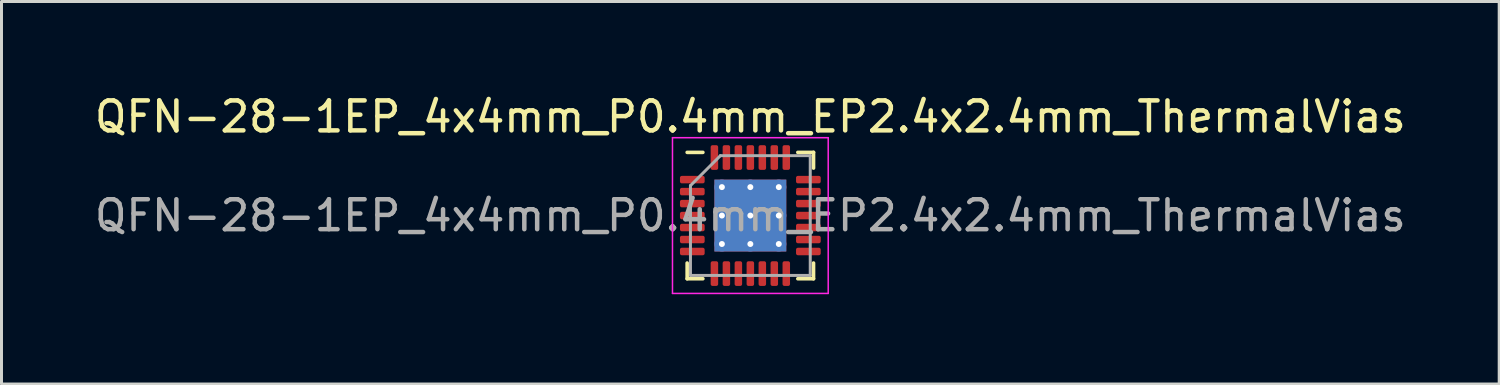
<source format=kicad_pcb>
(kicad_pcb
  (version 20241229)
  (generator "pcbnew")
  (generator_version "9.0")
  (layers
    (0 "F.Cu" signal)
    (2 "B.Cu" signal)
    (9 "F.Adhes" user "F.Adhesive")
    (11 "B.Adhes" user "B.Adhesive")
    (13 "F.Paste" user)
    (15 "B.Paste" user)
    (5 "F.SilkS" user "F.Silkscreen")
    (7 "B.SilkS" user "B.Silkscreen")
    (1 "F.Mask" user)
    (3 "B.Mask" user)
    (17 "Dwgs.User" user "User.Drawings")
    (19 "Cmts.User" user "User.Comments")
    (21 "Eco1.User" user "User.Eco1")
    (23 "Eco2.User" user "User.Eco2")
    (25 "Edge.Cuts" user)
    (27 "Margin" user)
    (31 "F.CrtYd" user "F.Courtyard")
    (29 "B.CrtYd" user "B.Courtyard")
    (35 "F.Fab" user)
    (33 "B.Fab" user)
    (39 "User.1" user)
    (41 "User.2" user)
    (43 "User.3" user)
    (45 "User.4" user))
  (footprint "QFN-28-1EP_4x4mm_P0.4mm_EP2.4x2.4mm_ThermalVias"
    (layer "F.Cu")
    (at 22.006 4.148)
    (property "Reference" "QFN-28-1EP_4x4mm_P0.4mm_EP2.4x2.4mm_ThermalVias" (at 0 -3.3 0) (layer "F.SilkS") (effects (font (size 1 1) (thickness 0.15))))
    (attr smd)
    (fp_line (start -2.11 2.11) (end -2.11 1.585) (stroke (width 0.12) (type solid)) (layer "F.SilkS"))
    (fp_line (start -1.585 -2.11) (end -2.11 -2.11) (stroke (width 0.12) (type solid)) (layer "F.SilkS"))
    (fp_line (start -1.585 2.11) (end -2.11 2.11) (stroke (width 0.12) (type solid)) (layer "F.SilkS"))
    (fp_line (start 1.585 -2.11) (end 2.11 -2.11) (stroke (width 0.12) (type solid)) (layer "F.SilkS"))
    (fp_line (start 1.585 2.11) (end 2.11 2.11) (stroke (width 0.12) (type solid)) (layer "F.SilkS"))
    (fp_line (start 2.11 -2.11) (end 2.11 -1.585) (stroke (width 0.12) (type solid)) (layer "F.SilkS"))
    (fp_line (start 2.11 2.11) (end 2.11 1.585) (stroke (width 0.12) (type solid)) (layer "F.SilkS"))
    (fp_line (start -2.6 -2.6) (end -2.6 2.6) (stroke (width 0.05) (type solid)) (layer "F.CrtYd"))
    (fp_line (start -2.6 2.6) (end 2.6 2.6) (stroke (width 0.05) (type solid)) (layer "F.CrtYd"))
    (fp_line (start 2.6 -2.6) (end -2.6 -2.6) (stroke (width 0.05) (type solid)) (layer "F.CrtYd"))
    (fp_line (start 2.6 2.6) (end 2.6 -2.6) (stroke (width 0.05) (type solid)) (layer "F.CrtYd"))
    (fp_line (start -2 -1) (end -1 -2) (stroke (width 0.1) (type solid)) (layer "F.Fab"))
    (fp_line (start -2 2) (end -2 -1) (stroke (width 0.1) (type solid)) (layer "F.Fab"))
    (fp_line (start -1 -2) (end 2 -2) (stroke (width 0.1) (type solid)) (layer "F.Fab"))
    (fp_line (start 2 -2) (end 2 2) (stroke (width 0.1) (type solid)) (layer "F.Fab"))
    (fp_line (start 2 2) (end -2 2) (stroke (width 0.1) (type solid)) (layer "F.Fab"))
    (fp_text user "${REFERENCE}" (at 0 0 0) (layer "F.Fab") (effects (font (size 1 1) (thickness 0.15))))
    (pad "" smd roundrect (at -0.6 -0.6) (size 1.04 1.04) (layers "F.Paste") (roundrect_rratio 0.24))
    (pad "" smd roundrect (at -0.6 0.6) (size 1.04 1.04) (layers "F.Paste") (roundrect_rratio 0.24))
    (pad "" smd roundrect (at 0.6 -0.6) (size 1.04 1.04) (layers "F.Paste") (roundrect_rratio 0.24))
    (pad "" smd roundrect (at 0.6 0.6) (size 1.04 1.04) (layers "F.Paste") (roundrect_rratio 0.24))
    (pad "1" smd roundrect (at -1.938 -1.2) (size 0.825 0.25) (layers "F.Cu" "F.Mask" "F.Paste") (roundrect_rratio 0.25))
    (pad "2" smd roundrect (at -1.938 -0.8) (size 0.825 0.25) (layers "F.Cu" "F.Mask" "F.Paste") (roundrect_rratio 0.25))
    (pad "3" smd roundrect (at -1.938 -0.4) (size 0.825 0.25) (layers "F.Cu" "F.Mask" "F.Paste") (roundrect_rratio 0.25))
    (pad "4" smd roundrect (at -1.938 0) (size 0.825 0.25) (layers "F.Cu" "F.Mask" "F.Paste") (roundrect_rratio 0.25))
    (pad "5" smd roundrect (at -1.938 0.4) (size 0.825 0.25) (layers "F.Cu" "F.Mask" "F.Paste") (roundrect_rratio 0.25))
    (pad "6" smd roundrect (at -1.938 0.8) (size 0.825 0.25) (layers "F.Cu" "F.Mask" "F.Paste") (roundrect_rratio 0.25))
    (pad "7" smd roundrect (at -1.938 1.2) (size 0.825 0.25) (layers "F.Cu" "F.Mask" "F.Paste") (roundrect_rratio 0.25))
    (pad "8" smd roundrect (at -1.2 1.938) (size 0.25 0.825) (layers "F.Cu" "F.Mask" "F.Paste") (roundrect_rratio 0.25))
    (pad "9" smd roundrect (at -0.8 1.938) (size 0.25 0.825) (layers "F.Cu" "F.Mask" "F.Paste") (roundrect_rratio 0.25))
    (pad "10" smd roundrect (at -0.4 1.938) (size 0.25 0.825) (layers "F.Cu" "F.Mask" "F.Paste") (roundrect_rratio 0.25))
    (pad "11" smd roundrect (at 0 1.938) (size 0.25 0.825) (layers "F.Cu" "F.Mask" "F.Paste") (roundrect_rratio 0.25))
    (pad "12" smd roundrect (at 0.4 1.938) (size 0.25 0.825) (layers "F.Cu" "F.Mask" "F.Paste") (roundrect_rratio 0.25))
    (pad "13" smd roundrect (at 0.8 1.938) (size 0.25 0.825) (layers "F.Cu" "F.Mask" "F.Paste") (roundrect_rratio 0.25))
    (pad "14" smd roundrect (at 1.2 1.938) (size 0.25 0.825) (layers "F.Cu" "F.Mask" "F.Paste") (roundrect_rratio 0.25))
    (pad "15" smd roundrect (at 1.938 1.2) (size 0.825 0.25) (layers "F.Cu" "F.Mask" "F.Paste") (roundrect_rratio 0.25))
    (pad "16" smd roundrect (at 1.938 0.8) (size 0.825 0.25) (layers "F.Cu" "F.Mask" "F.Paste") (roundrect_rratio 0.25))
    (pad "17" smd roundrect (at 1.938 0.4) (size 0.825 0.25) (layers "F.Cu" "F.Mask" "F.Paste") (roundrect_rratio 0.25))
    (pad "18" smd roundrect (at 1.938 0) (size 0.825 0.25) (layers "F.Cu" "F.Mask" "F.Paste") (roundrect_rratio 0.25))
    (pad "19" smd roundrect (at 1.938 -0.4) (size 0.825 0.25) (layers "F.Cu" "F.Mask" "F.Paste") (roundrect_rratio 0.25))
    (pad "20" smd roundrect (at 1.938 -0.8) (size 0.825 0.25) (layers "F.Cu" "F.Mask" "F.Paste") (roundrect_rratio 0.25))
    (pad "21" smd roundrect (at 1.938 -1.2) (size 0.825 0.25) (layers "F.Cu" "F.Mask" "F.Paste") (roundrect_rratio 0.25))
    (pad "22" smd roundrect (at 1.2 -1.938) (size 0.25 0.825) (layers "F.Cu" "F.Mask" "F.Paste") (roundrect_rratio 0.25))
    (pad "23" smd roundrect (at 0.8 -1.938) (size 0.25 0.825) (layers "F.Cu" "F.Mask" "F.Paste") (roundrect_rratio 0.25))
    (pad "24" smd roundrect (at 0.4 -1.938) (size 0.25 0.825) (layers "F.Cu" "F.Mask" "F.Paste") (roundrect_rratio 0.25))
    (pad "25" smd roundrect (at 0 -1.938) (size 0.25 0.825) (layers "F.Cu" "F.Mask" "F.Paste") (roundrect_rratio 0.25))
    (pad "26" smd roundrect (at -0.4 -1.938) (size 0.25 0.825) (layers "F.Cu" "F.Mask" "F.Paste") (roundrect_rratio 0.25))
    (pad "27" smd roundrect (at -0.8 -1.938) (size 0.25 0.825) (layers "F.Cu" "F.Mask" "F.Paste") (roundrect_rratio 0.25))
    (pad "28" smd roundrect (at -1.2 -1.938) (size 0.25 0.825) (layers "F.Cu" "F.Mask" "F.Paste") (roundrect_rratio 0.25))
    (pad "29" thru_hole circle (at -0.95 -0.95) (size 0.5 0.5) (drill 0.2) (layers "*.Cu"))
    (pad "29" thru_hole circle (at -0.95 0) (size 0.5 0.5) (drill 0.2) (layers "*.Cu"))
    (pad "29" thru_hole circle (at -0.95 0.95) (size 0.5 0.5) (drill 0.2) (layers "*.Cu"))
    (pad "29" thru_hole circle (at 0 -0.95) (size 0.5 0.5) (drill 0.2) (layers "*.Cu"))
    (pad "29" thru_hole circle (at 0 0) (size 0.5 0.5) (drill 0.2) (layers "*.Cu"))
    (pad "29" smd rect (at 0 0) (size 2.4 2.4) (layers "F.Cu" "F.Mask"))
    (pad "29" smd rect (at 0 0) (size 2.4 2.4) (layers "B.Cu"))
    (pad "29" thru_hole circle (at 0 0.95) (size 0.5 0.5) (drill 0.2) (layers "*.Cu"))
    (pad "29" thru_hole circle (at 0.95 -0.95) (size 0.5 0.5) (drill 0.2) (layers "*.Cu"))
    (pad "29" thru_hole circle (at 0.95 0) (size 0.5 0.5) (drill 0.2) (layers "*.Cu"))
    (pad "29" thru_hole circle (at 0.95 0.95) (size 0.5 0.5) (drill 0.2) (layers "*.Cu")))
  (gr_rect
    (start -3 -3)
    (end 47.012 9.773)
    (stroke (width 0.1) (type default))
    (fill no)
    (layer "Edge.Cuts")))
</source>
